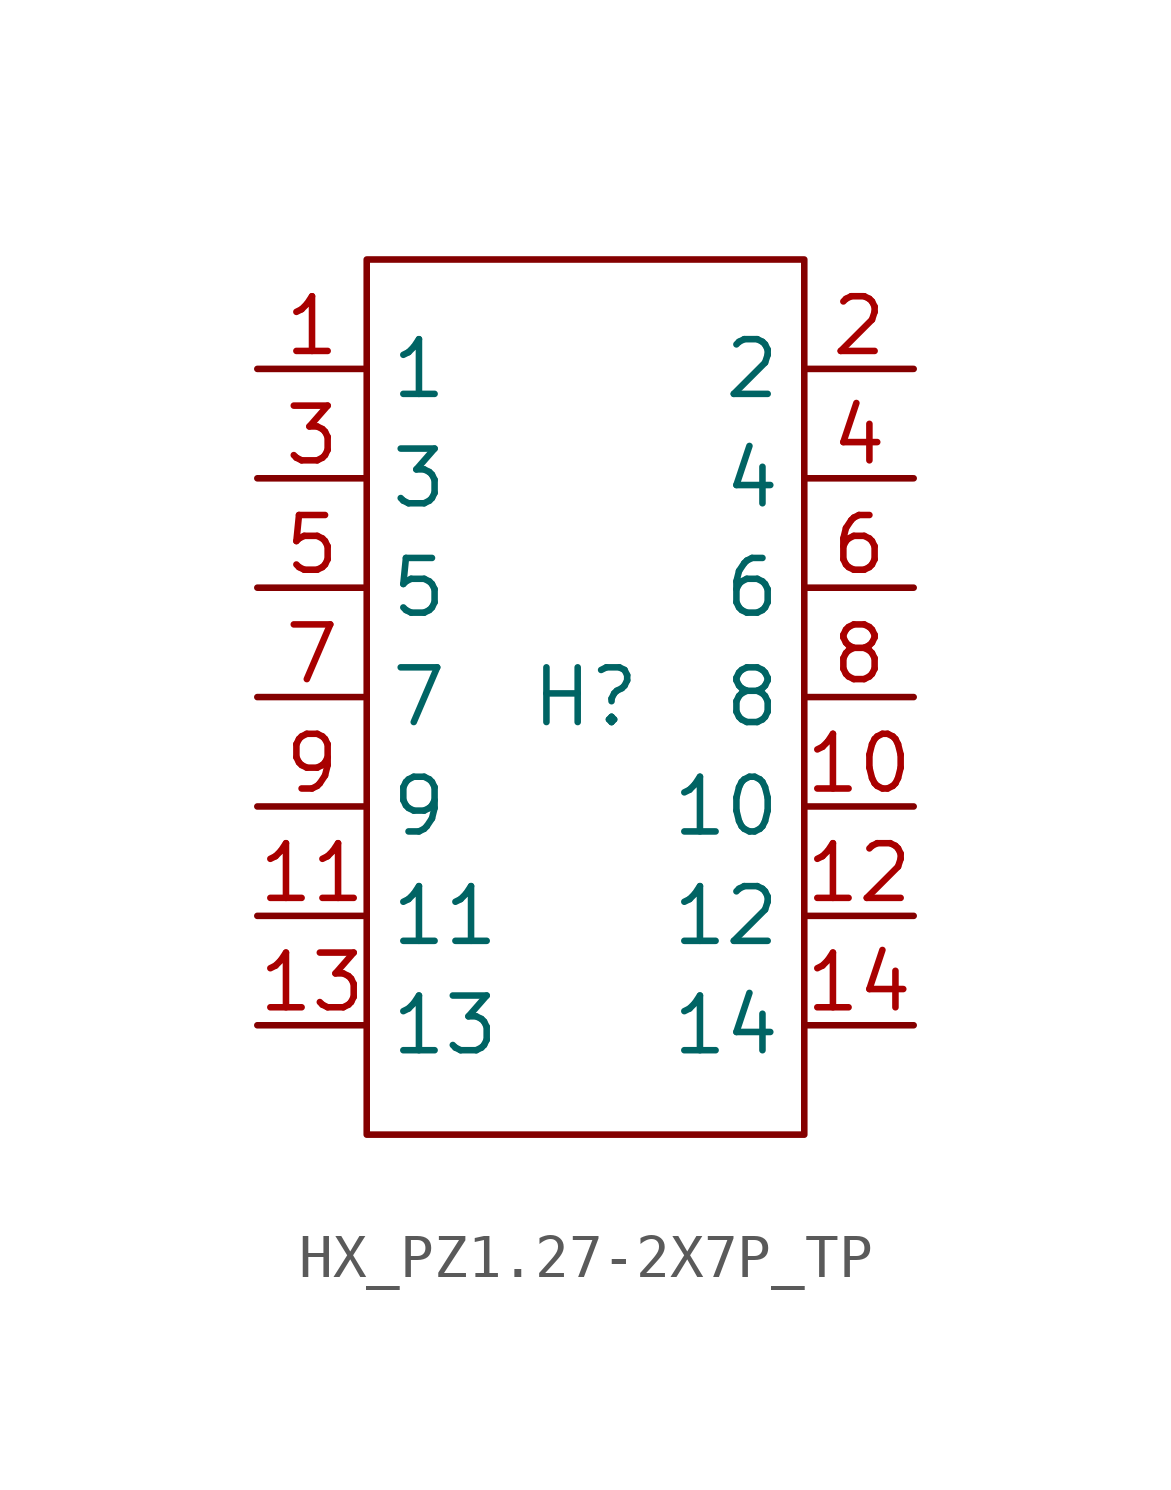
<source format=kicad_sym>
(kicad_symbol_lib
  (version 20241209)
  (generator "kicad_symbol_editor")
  (generator_version "9.0")
  (symbol "HX_PZ1.27-2X7P_TP"
    (property "Reference" "H"
      (at 0 0 0)
      (effects (font (size 1.27 1.27))))
    (property "Value" ""
      (at 0 0 0)
      (effects (font (size 1.27 1.27))))
    (symbol "HX_PZ1.27-2X7P_TP_1_0"
      (rectangle (start -5.08 10.16) (end 5.08 -10.16) (stroke (width 0) (type default)) (fill (type none)))
      (pin unspecified line (at -7.62 7.62 0) (length 2.54) (name "1" (effects (font (size 1.27 1.27)))) (number "1" (effects (font (size 1.27 1.27)))))
      (pin unspecified line (at -7.62 5.08 0) (length 2.54) (name "3" (effects (font (size 1.27 1.27)))) (number "3" (effects (font (size 1.27 1.27)))))
      (pin unspecified line (at -7.62 2.54 0) (length 2.54) (name "5" (effects (font (size 1.27 1.27)))) (number "5" (effects (font (size 1.27 1.27)))))
      (pin unspecified line (at -7.62 0 0) (length 2.54) (name "7" (effects (font (size 1.27 1.27)))) (number "7" (effects (font (size 1.27 1.27)))))
      (pin unspecified line (at -7.62 -2.54 0) (length 2.54) (name "9" (effects (font (size 1.27 1.27)))) (number "9" (effects (font (size 1.27 1.27)))))
      (pin unspecified line (at -7.62 -5.08 0) (length 2.54) (name "11" (effects (font (size 1.27 1.27)))) (number "11" (effects (font (size 1.27 1.27)))))
      (pin unspecified line (at -7.62 -7.62 0) (length 2.54) (name "13" (effects (font (size 1.27 1.27)))) (number "13" (effects (font (size 1.27 1.27)))))
      (pin unspecified line (at 7.62 7.62 180) (length 2.54) (name "2" (effects (font (size 1.27 1.27)))) (number "2" (effects (font (size 1.27 1.27)))))
      (pin unspecified line (at 7.62 5.08 180) (length 2.54) (name "4" (effects (font (size 1.27 1.27)))) (number "4" (effects (font (size 1.27 1.27)))))
      (pin unspecified line (at 7.62 2.54 180) (length 2.54) (name "6" (effects (font (size 1.27 1.27)))) (number "6" (effects (font (size 1.27 1.27)))))
      (pin unspecified line (at 7.62 0 180) (length 2.54) (name "8" (effects (font (size 1.27 1.27)))) (number "8" (effects (font (size 1.27 1.27)))))
      (pin unspecified line (at 7.62 -2.54 180) (length 2.54) (name "10" (effects (font (size 1.27 1.27)))) (number "10" (effects (font (size 1.27 1.27)))))
      (pin unspecified line (at 7.62 -5.08 180) (length 2.54) (name "12" (effects (font (size 1.27 1.27)))) (number "12" (effects (font (size 1.27 1.27)))))
      (pin unspecified line (at 7.62 -7.62 180) (length 2.54) (name "14" (effects (font (size 1.27 1.27)))) (number "14" (effects (font (size 1.27 1.27))))))))
</source>
